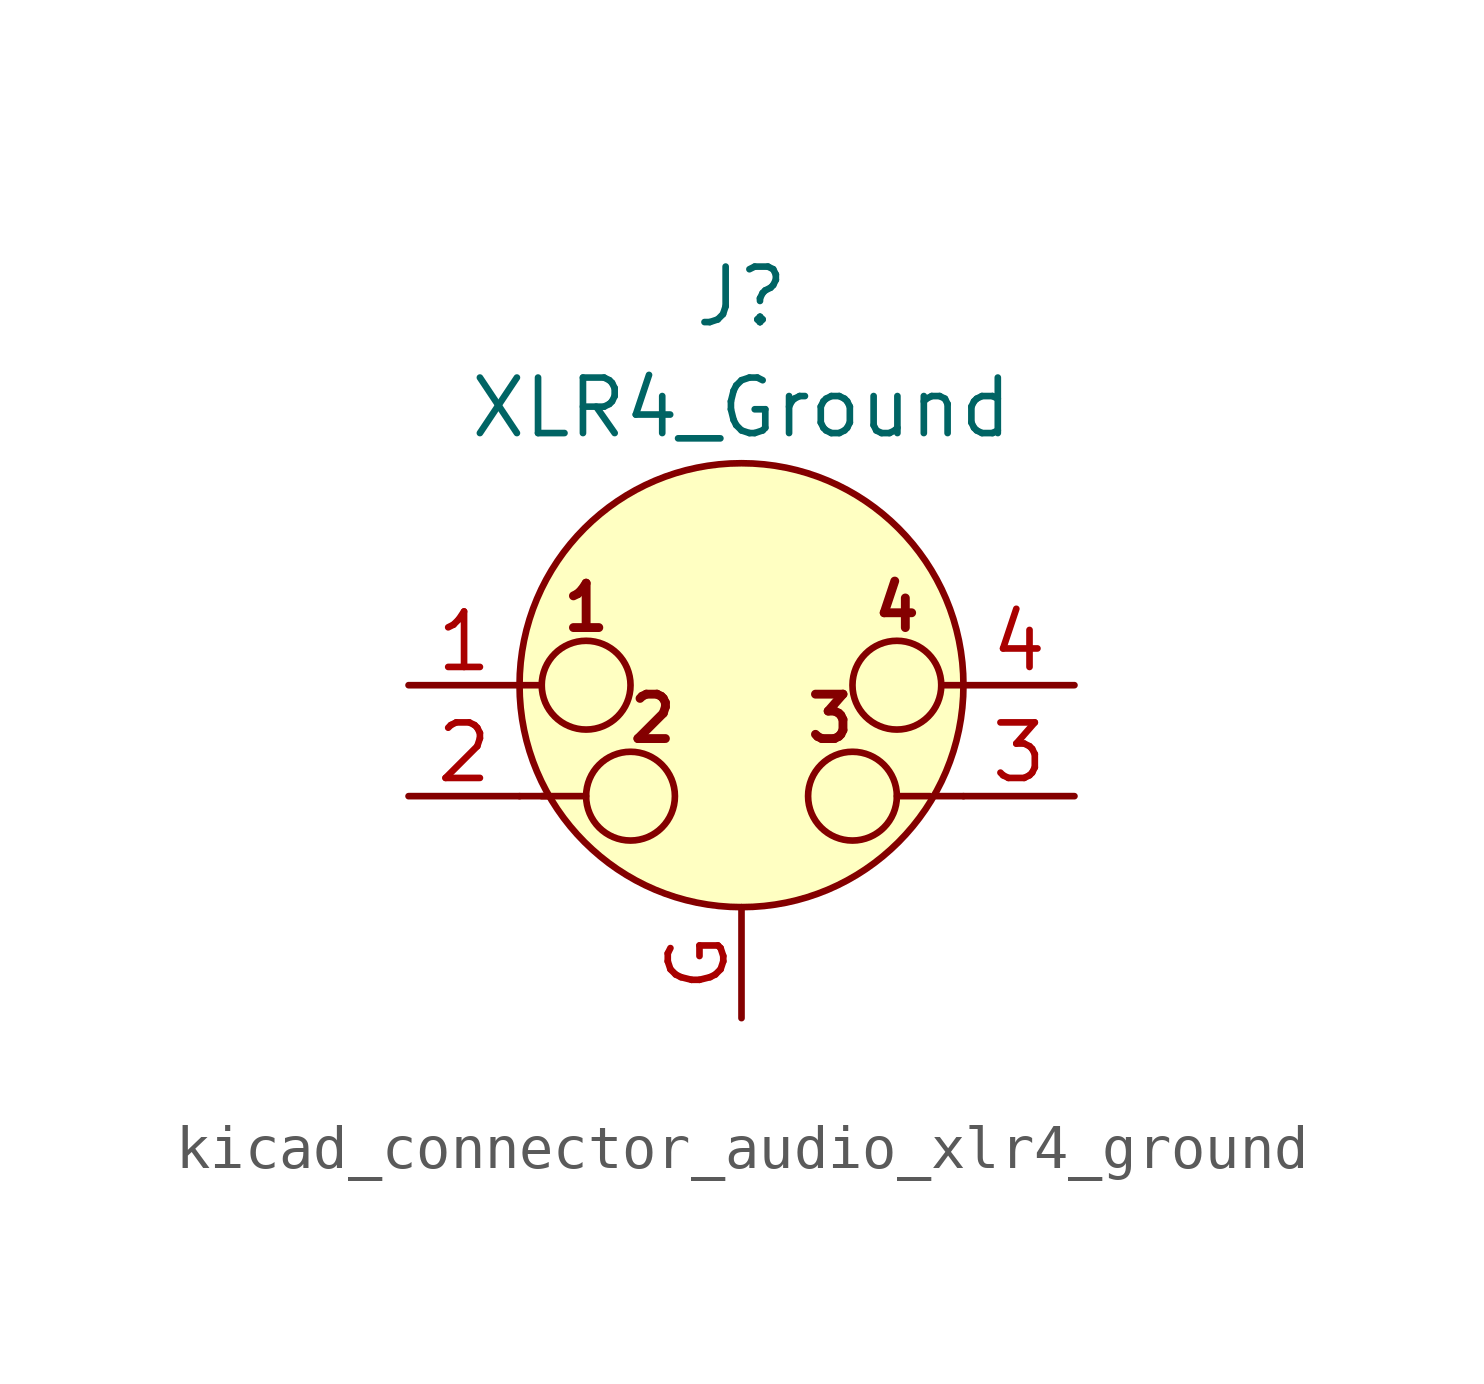
<source format=kicad_sym>
(kicad_symbol_lib
  (version 20220914)
  (generator kicad_symbol_editor)
  (symbol "kicad_connector_audio_xlr4_ground"
    (pin_names hide)
    (property "Reference" "J"
      (at 0 8.89 0)
      (effects (font (size 1.27 1.27))))
    (property "Value" "XLR4_Ground"
      (at 0 6.35 0)
      (effects (font (size 1.27 1.27))))
    (symbol "kicad_connector_audio_xlr4_ground_0_1"
      (circle (center -3.556 0) (radius 1.016) (stroke (width 0) (type default)) (fill (type none)))
      (circle (center -2.54 -2.54) (radius 1.016) (stroke (width 0) (type default)) (fill (type none)))
      (polyline (pts (xy -5.08 -2.54) (xy -4.445 -2.54)) (stroke (width 0) (type default)) (fill (type none)))
      (polyline (pts (xy -5.08 0) (xy -4.572 0)) (stroke (width 0) (type default)) (fill (type none)))
      (polyline (pts (xy -4.572 -2.54) (xy -3.556 -2.54)) (stroke (width 0) (type default)) (fill (type none)))
      (polyline (pts (xy 4.318 -2.54) (xy 3.556 -2.54)) (stroke (width 0) (type default)) (fill (type none)))
      (polyline (pts (xy 5.08 -2.54) (xy 4.445 -2.54)) (stroke (width 0) (type default)) (fill (type none)))
      (polyline (pts (xy 5.08 0) (xy 4.572 0)) (stroke (width 0) (type default)) (fill (type none)))
      (circle (center 0 0) (radius 5.08) (stroke (width 0) (type default)) (fill (type background)))
      (circle (center 2.54 -2.54) (radius 1.016) (stroke (width 0) (type default)) (fill (type none)))
      (circle (center 3.556 0) (radius 1.016) (stroke (width 0) (type default)) (fill (type none)))
      (text "1" (at -3.556 1.778 0) (effects (font (size 1.016 1.016) bold)))
      (text "2" (at -2.032 -0.762 0) (effects (font (size 1.016 1.016) bold)))
      (text "3" (at 2.032 -0.762 0) (effects (font (size 1.016 1.016) bold)))
      (text "4" (at 3.556 1.778 0) (effects (font (size 1.016 1.016) bold))))
    (symbol "kicad_connector_audio_xlr4_ground_1_1"
      (pin passive line (at -7.62 0 0) (length 2.54) (name "~" (effects (font (size 1.27 1.27)))) (number "1" (effects (font (size 1.27 1.27)))))
      (pin passive line (at -7.62 -2.54 0) (length 2.54) (name "~" (effects (font (size 1.27 1.27)))) (number "2" (effects (font (size 1.27 1.27)))))
      (pin passive line (at 7.62 -2.54 180) (length 2.54) (name "~" (effects (font (size 1.27 1.27)))) (number "3" (effects (font (size 1.27 1.27)))))
      (pin passive line (at 7.62 0 180) (length 2.54) (name "~" (effects (font (size 1.27 1.27)))) (number "4" (effects (font (size 1.27 1.27)))))
      (pin passive line (at 0 -7.62 90) (length 2.54) (name "~" (effects (font (size 1.27 1.27)))) (number "G" (effects (font (size 1.27 1.27))))))))
</source>
